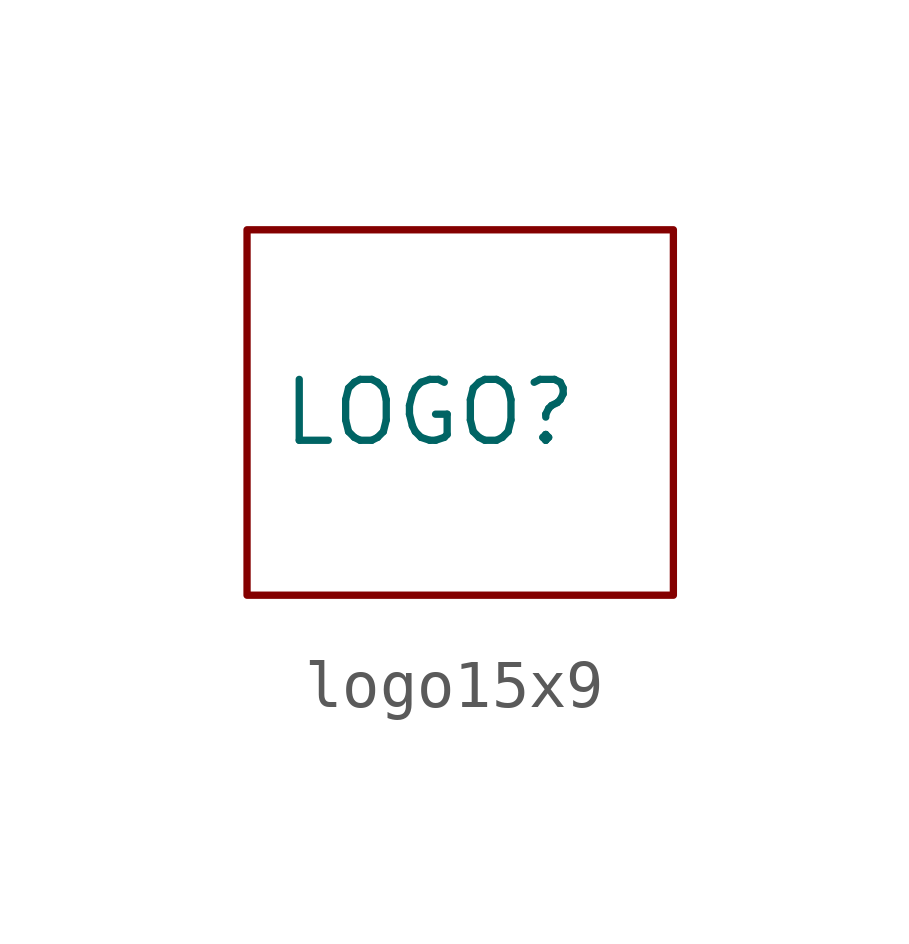
<source format=kicad_sym>
(kicad_symbol_lib
  (version 20220914)
  (generator kicad_symbol_editor)
  (symbol "logo15x9"
    (pin_numbers hide)
    (pin_names
      (offset 0) hide)
    (property "Reference" "LOGO"
      (at 3.81 3.81 0)
      (effects (font (size 1.27 1.27))))
    (property "Value" ""
      (at 0 0 0)
      (effects (font (size 1.27 1.27))))
    (symbol "logo15x9_0_1"
      (rectangle (start 0 7.62) (end 8.89 0) (stroke (width 0) (type default)) (fill (type none))))))
</source>
